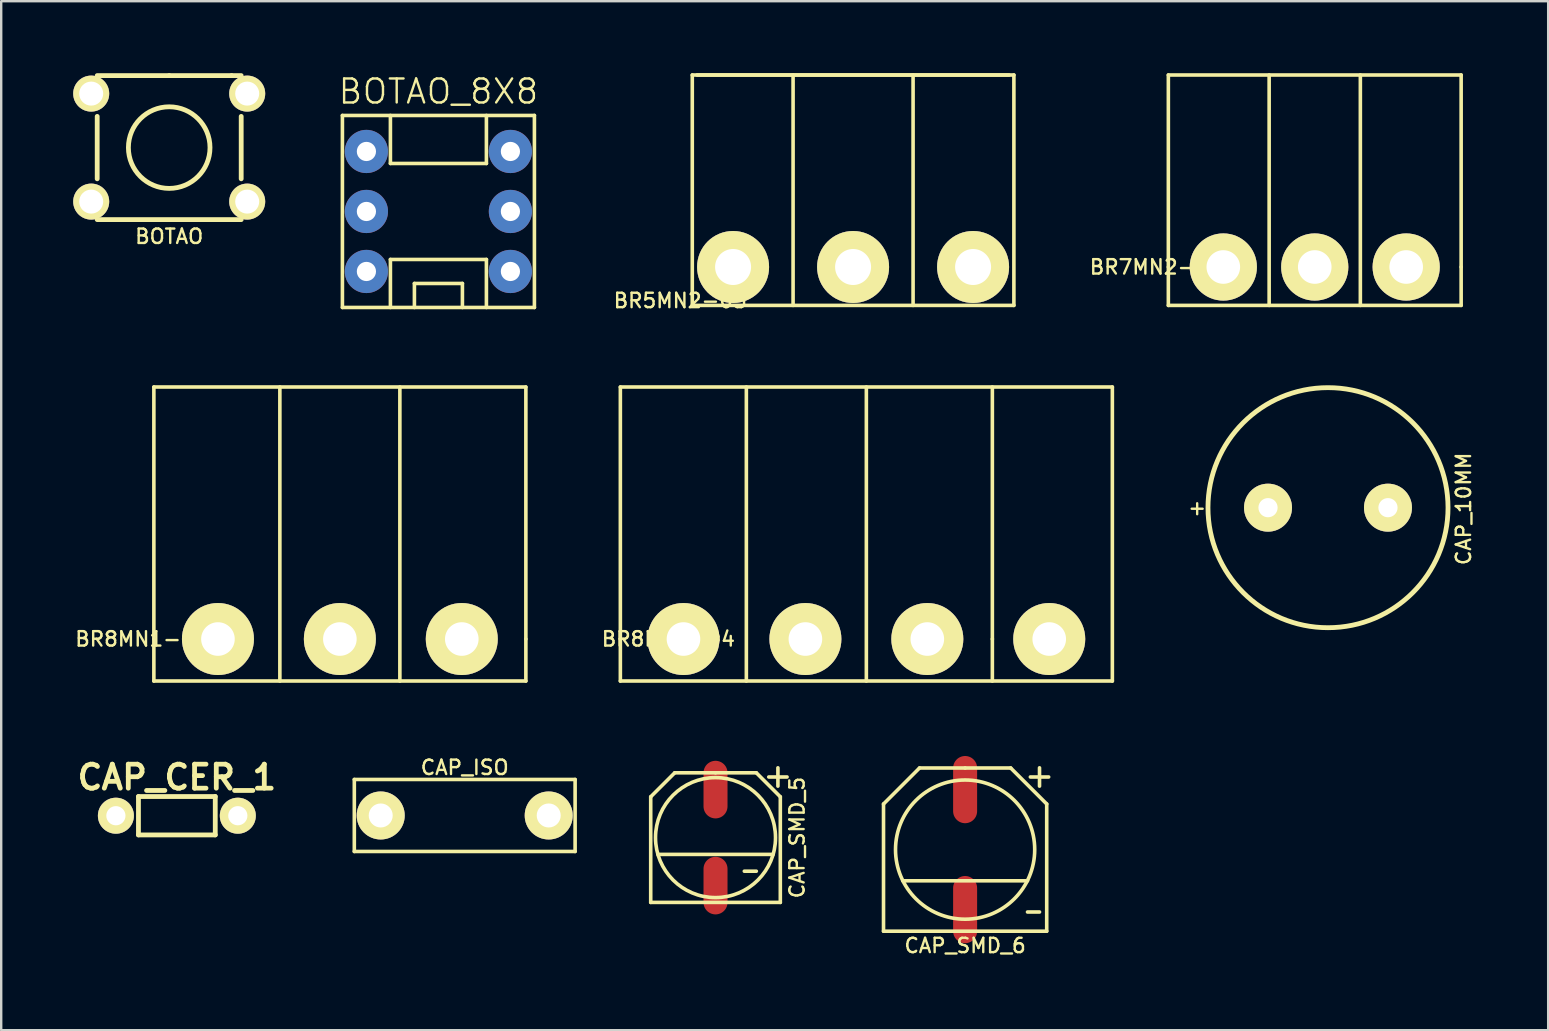
<source format=kicad_pcb>
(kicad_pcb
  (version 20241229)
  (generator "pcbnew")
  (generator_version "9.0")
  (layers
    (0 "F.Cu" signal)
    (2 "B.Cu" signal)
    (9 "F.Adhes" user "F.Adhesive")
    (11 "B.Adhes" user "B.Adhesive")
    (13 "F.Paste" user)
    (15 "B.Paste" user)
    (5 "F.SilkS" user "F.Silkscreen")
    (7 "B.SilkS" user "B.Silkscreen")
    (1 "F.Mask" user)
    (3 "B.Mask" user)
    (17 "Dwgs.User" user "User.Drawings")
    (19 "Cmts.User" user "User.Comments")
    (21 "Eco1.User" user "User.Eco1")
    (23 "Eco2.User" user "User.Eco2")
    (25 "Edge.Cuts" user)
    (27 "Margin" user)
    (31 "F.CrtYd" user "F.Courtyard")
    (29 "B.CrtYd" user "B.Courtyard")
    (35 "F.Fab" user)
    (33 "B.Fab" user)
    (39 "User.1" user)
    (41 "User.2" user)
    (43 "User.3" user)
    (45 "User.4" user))
  (footprint "CAP_CER_1"
    (layer "F.Cu")
    (at 4.319 30.938)
    (property "Reference" "CAP_CER_1" (at 0 -1.6 0) (layer "F.SilkS") (effects (font (size 1 1) (thickness 0.2))))
    (attr through_hole)
    (fp_line (start -1.6 -0.8) (end -1.6 0.8) (stroke (width 0.2) (type solid)) (layer "F.SilkS"))
    (fp_line (start -1.6 0.8) (end 1.6 0.8) (stroke (width 0.2) (type solid)) (layer "F.SilkS"))
    (fp_line (start 1.6 -0.8) (end -1.6 -0.8) (stroke (width 0.2) (type solid)) (layer "F.SilkS"))
    (fp_line (start 1.6 0.8) (end 1.6 -0.8) (stroke (width 0.2) (type solid)) (layer "F.SilkS"))
    (pad "1" thru_hole circle (at -2.54 0) (size 1.5 1.5) (drill 0.8) (layers "*.Cu" "*.Paste" "*.Mask" "F.SilkS"))
    (pad "2" thru_hole circle (at 2.54 0) (size 1.5 1.5) (drill 0.8) (layers "*.Cu" "*.Paste" "*.Mask" "F.SilkS")))
  (footprint "BR5MN2-03"
    (layer "F.Cu")
    (at 32.495 8.075)
    (property "Reference" "BR5MN2-03" (at -7.2 1.4 0) (layer "F.SilkS") (effects (font (size 0.6 0.6) (thickness 0.1))))
    (attr through_hole)
    (fp_line (start -6.7 -8) (end -6.7 1.6) (stroke (width 0.15) (type solid)) (layer "F.SilkS"))
    (fp_line (start -6.7 1.6) (end 6.7 1.6) (stroke (width 0.15) (type solid)) (layer "F.SilkS"))
    (fp_line (start -6.5 -8) (end 6.5 -8) (stroke (width 0.15) (type solid)) (layer "F.SilkS"))
    (fp_line (start -2.5 1.6) (end -2.5 -8) (stroke (width 0.15) (type solid)) (layer "F.SilkS"))
    (fp_line (start 2.5 1.6) (end 2.5 -8) (stroke (width 0.15) (type solid)) (layer "F.SilkS"))
    (fp_line (start 6.7 -8) (end -6.7 -8) (stroke (width 0.15) (type solid)) (layer "F.SilkS"))
    (fp_line (start 6.7 1.6) (end 6.7 -8) (stroke (width 0.15) (type solid)) (layer "F.SilkS"))
    (pad "1" thru_hole circle (at -5 0) (size 3 3) (drill 1.5) (layers "*.Cu" "*.Paste" "*.Mask" "F.SilkS"))
    (pad "2" thru_hole circle (at 0 0) (size 3 3) (drill 1.5) (layers "*.Cu" "*.Paste" "*.Mask" "F.SilkS"))
    (pad "3" thru_hole circle (at 5 0) (size 3 3) (drill 1.5) (layers "*.Cu" "*.Paste" "*.Mask" "F.SilkS")))
  (footprint "BOTAO_8X8"
    (layer "F.Cu")
    (at 15.217 5.761)
    (property "Reference" "BOTAO_8X8" (at 0 -5 180) (layer "F.SilkS") (effects (font (size 1 1) (thickness 0.1))))
    (attr exclude_from_pos_files exclude_from_bom)
    (fp_line (start -4 -4) (end -4 4) (stroke (width 0.15) (type solid)) (layer "F.SilkS"))
    (fp_line (start -4 4) (end 4 4) (stroke (width 0.15) (type solid)) (layer "F.SilkS"))
    (fp_line (start -2 -4) (end -2 -2) (stroke (width 0.15) (type solid)) (layer "F.SilkS"))
    (fp_line (start -2 -2) (end 2 -2) (stroke (width 0.15) (type solid)) (layer "F.SilkS"))
    (fp_line (start -2 2) (end 2 2) (stroke (width 0.15) (type solid)) (layer "F.SilkS"))
    (fp_line (start -2 4) (end -2 2) (stroke (width 0.15) (type solid)) (layer "F.SilkS"))
    (fp_line (start -1 3) (end 1 3) (stroke (width 0.15) (type solid)) (layer "F.SilkS"))
    (fp_line (start -1 4) (end -1 3) (stroke (width 0.15) (type solid)) (layer "F.SilkS"))
    (fp_line (start 1 3) (end 1 4) (stroke (width 0.15) (type solid)) (layer "F.SilkS"))
    (fp_line (start 2 -2) (end 2 -4) (stroke (width 0.15) (type solid)) (layer "F.SilkS"))
    (fp_line (start 2 2) (end 2 4) (stroke (width 0.15) (type solid)) (layer "F.SilkS"))
    (fp_line (start 4 -4) (end -4 -4) (stroke (width 0.15) (type solid)) (layer "F.SilkS"))
    (fp_line (start 4 4) (end 4 -4) (stroke (width 0.15) (type solid)) (layer "F.SilkS"))
    (pad "1" thru_hole circle (at -3 -2.5 90) (size 1.8 1.8) (drill 0.8) (layers "*.Cu" "*.Mask" "B.Paste"))
    (pad "2" thru_hole circle (at -3 0 90) (size 1.8 1.8) (drill 0.8) (layers "*.Cu" "*.Mask" "B.Paste"))
    (pad "3" thru_hole circle (at -3 2.5 90) (size 1.8 1.8) (drill 0.8) (layers "*.Cu" "*.Mask" "B.Paste"))
    (pad "4" thru_hole circle (at 3 -2.5 90) (size 1.8 1.8) (drill 0.8) (layers "*.Cu" "*.Mask" "B.Paste"))
    (pad "5" thru_hole circle (at 3 0 90) (size 1.8 1.8) (drill 0.8) (layers "*.Cu" "*.Mask" "B.Paste"))
    (pad "6" thru_hole circle (at 3 2.5 90) (size 1.8 1.8) (drill 0.8) (layers "*.Cu" "*.Mask" "B.Paste")))
  (footprint "BR8MN1-04"
    (layer "F.Cu")
    (at 33.048 23.576)
    (property "Reference" "BR8MN1-04" (at -8.25 0 0) (layer "F.SilkS") (effects (font (size 0.6 0.6) (thickness 0.1))))
    (attr through_hole)
    (fp_line (start -10.25 0) (end -10.25 -10.5) (stroke (width 0.15) (type solid)) (layer "F.SilkS"))
    (fp_line (start -10.25 1.75) (end -10.25 0) (stroke (width 0.15) (type solid)) (layer "F.SilkS"))
    (fp_line (start -10.25 1.75) (end 10.25 1.75) (stroke (width 0.15) (type solid)) (layer "F.SilkS"))
    (fp_line (start -5 1.75) (end -5 -10.5) (stroke (width 0.15) (type solid)) (layer "F.SilkS"))
    (fp_line (start 0 1.75) (end 0 -10.5) (stroke (width 0.15) (type solid)) (layer "F.SilkS"))
    (fp_line (start 5.25 -10.5) (end 5.25 0) (stroke (width 0.15) (type solid)) (layer "F.SilkS"))
    (fp_line (start 5.25 1.75) (end 5.25 0) (stroke (width 0.15) (type solid)) (layer "F.SilkS"))
    (fp_line (start 10.25 -10.5) (end -10.25 -10.5) (stroke (width 0.15) (type solid)) (layer "F.SilkS"))
    (fp_line (start 10.25 1.75) (end 10.25 -10.5) (stroke (width 0.15) (type solid)) (layer "F.SilkS"))
    (pad "1" thru_hole circle (at -7.62 0) (size 3 3) (drill 1.4) (layers "*.Cu" "*.Paste" "*.Mask" "F.SilkS"))
    (pad "2" thru_hole circle (at -2.54 0) (size 3 3) (drill 1.4) (layers "*.Cu" "*.Paste" "*.Mask" "F.SilkS"))
    (pad "3" thru_hole circle (at 2.54 0) (size 3 3) (drill 1.4) (layers "*.Cu" "*.Paste" "*.Mask" "F.SilkS"))
    (pad "4" thru_hole circle (at 7.62 0) (size 3 3) (drill 1.4) (layers "*.Cu" "*.Paste" "*.Mask" "F.SilkS")))
  (footprint "BR8MN1-03"
    (layer "F.Cu")
    (at 11.111 23.576)
    (property "Reference" "BR8MN1-03" (at -8.25 0 0) (layer "F.SilkS") (effects (font (size 0.6 0.6) (thickness 0.1))))
    (attr through_hole)
    (fp_line (start -7.75 -10.5) (end 7.75 -10.5) (stroke (width 0.15) (type solid)) (layer "F.SilkS"))
    (fp_line (start -7.75 0) (end -7.75 -10.5) (stroke (width 0.15) (type solid)) (layer "F.SilkS"))
    (fp_line (start -7.75 1.75) (end -7.75 0) (stroke (width 0.15) (type solid)) (layer "F.SilkS"))
    (fp_line (start -7.75 1.75) (end 7.75 1.75) (stroke (width 0.15) (type solid)) (layer "F.SilkS"))
    (fp_line (start -2.5 1.75) (end -2.5 -10.5) (stroke (width 0.15) (type solid)) (layer "F.SilkS"))
    (fp_line (start 2.5 1.75) (end 2.5 -10.5) (stroke (width 0.15) (type solid)) (layer "F.SilkS"))
    (fp_line (start 7.75 -10.5) (end 7.75 0) (stroke (width 0.15) (type solid)) (layer "F.SilkS"))
    (fp_line (start 7.75 1.75) (end 7.75 0) (stroke (width 0.15) (type solid)) (layer "F.SilkS"))
    (pad "1" thru_hole circle (at -5.08 0) (size 3 3) (drill 1.4) (layers "*.Cu" "*.Paste" "*.Mask" "F.SilkS"))
    (pad "2" thru_hole circle (at 0 0) (size 3 3) (drill 1.4) (layers "*.Cu" "*.Paste" "*.Mask" "F.SilkS"))
    (pad "3" thru_hole circle (at 5.08 0) (size 3 3) (drill 1.4) (layers "*.Cu" "*.Paste" "*.Mask" "F.SilkS")))
  (footprint "CAP_10MM"
    (layer "F.Cu")
    (at 52.283 18.103)
    (property "Reference" "CAP_10MM" (at 5.649 0.048 90) (layer "F.SilkS") (effects (font (size 0.599 0.599) (thickness 0.099))))
    (attr through_hole)
    (fp_circle (center 0 0) (end 5.001 0) (stroke (width 0.201) (type solid)) (fill no) (layer "F.SilkS"))
    (fp_text user "+" (at -5.451 0 0) (layer "F.SilkS") (effects (font (size 0.599 0.599) (thickness 0.099))))
    (pad "1" thru_hole circle (at -2.499 0) (size 1.999 1.999) (drill 0.8) (layers "*.Cu" "*.Paste" "*.Mask" "F.SilkS"))
    (pad "2" thru_hole circle (at 2.499 0) (size 1.999 1.999) (drill 0.8) (layers "*.Cu" "*.Paste" "*.Mask" "F.SilkS")))
  (footprint "CAP_SMD_5"
    (layer "F.Cu")
    (at 26.763 31.85)
    (property "Reference" "CAP_SMD_5" (at 3.4 0 90) (layer "F.SilkS") (effects (font (size 0.599 0.599) (thickness 0.099))))
    (attr smd)
    (fp_line (start -2.7 -1.7) (end -2.7 2.7) (stroke (width 0.15) (type solid)) (layer "F.SilkS"))
    (fp_line (start -2.7 -1.7) (end -1.7 -2.7) (stroke (width 0.15) (type solid)) (layer "F.SilkS"))
    (fp_line (start -2.7 2.7) (end 2.7 2.7) (stroke (width 0.15) (type solid)) (layer "F.SilkS"))
    (fp_line (start -2.4 0.7) (end 2.4 0.7) (stroke (width 0.15) (type solid)) (layer "F.SilkS"))
    (fp_line (start -1.7 -2.7) (end 0 -2.7) (stroke (width 0.15) (type solid)) (layer "F.SilkS"))
    (fp_line (start 1.2 1.4) (end 1.7 1.4) (stroke (width 0.15) (type solid)) (layer "F.SilkS"))
    (fp_line (start 1.7 -2.7) (end 0 -2.7) (stroke (width 0.15) (type solid)) (layer "F.SilkS"))
    (fp_line (start 1.7 -2.7) (end 2.7 -1.7) (stroke (width 0.15) (type solid)) (layer "F.SilkS"))
    (fp_line (start 2.7 -1.7) (end 2.7 2.7) (stroke (width 0.15) (type solid)) (layer "F.SilkS"))
    (fp_circle (center 0 0) (end 2.5 0) (stroke (width 0.15) (type solid)) (fill no) (layer "F.SilkS"))
    (fp_text user "+" (at 2.6 -2.6 0) (layer "F.SilkS") (effects (font (size 1 1) (thickness 0.15))))
    (pad "1" smd oval (at 0 -2) (size 1 2.4) (layers "F.Cu" "F.Mask" "F.Paste"))
    (pad "2" smd oval (at 0 2) (size 1 2.4) (layers "F.Cu" "F.Mask" "F.Paste")))
  (footprint "CAP_SMD_6"
    (layer "F.Cu")
    (at 37.163 32.35)
    (property "Reference" "CAP_SMD_6" (at 0 4 0) (layer "F.SilkS") (effects (font (size 0.599 0.599) (thickness 0.099))))
    (attr smd)
    (fp_line (start -3.4 -1.9) (end -3.4 3.4) (stroke (width 0.15) (type solid)) (layer "F.SilkS"))
    (fp_line (start -3.4 -1.9) (end -1.9 -3.4) (stroke (width 0.15) (type solid)) (layer "F.SilkS"))
    (fp_line (start -3.4 3.4) (end 3.4 3.4) (stroke (width 0.15) (type solid)) (layer "F.SilkS"))
    (fp_line (start -2.6 1.3) (end 2.6 1.3) (stroke (width 0.15) (type solid)) (layer "F.SilkS"))
    (fp_line (start 0 -3.4) (end -1.9 -3.4) (stroke (width 0.15) (type solid)) (layer "F.SilkS"))
    (fp_line (start 1.9 -3.4) (end 0 -3.4) (stroke (width 0.15) (type solid)) (layer "F.SilkS"))
    (fp_line (start 2.6 2.6) (end 3.1 2.6) (stroke (width 0.15) (type solid)) (layer "F.SilkS"))
    (fp_line (start 3.4 -1.9) (end 1.9 -3.4) (stroke (width 0.15) (type solid)) (layer "F.SilkS"))
    (fp_line (start 3.4 -1.9) (end 3.4 3.4) (stroke (width 0.15) (type solid)) (layer "F.SilkS"))
    (fp_circle (center 0 0) (end -2.9 0) (stroke (width 0.15) (type solid)) (fill no) (layer "F.SilkS"))
    (fp_text user "+" (at 3.1 -3.1 0) (layer "F.SilkS") (effects (font (size 1 1) (thickness 0.15))))
    (pad "1" smd oval (at 0 -2.5) (size 1 2.8) (layers "F.Cu" "F.Mask" "F.Paste"))
    (pad "2" smd oval (at 0 2.5) (size 1 2.8) (layers "F.Cu" "F.Mask" "F.Paste")))
  (footprint "BOTAO"
    (layer "F.Cu")
    (at 4 3.1)
    (property "Reference" "BOTAO" (at 0 3.7 0) (layer "F.SilkS") (effects (font (size 0.6 0.6) (thickness 0.1))))
    (attr through_hole)
    (fp_line (start -3 -1.3) (end -3 1.3) (stroke (width 0.2) (type solid)) (layer "F.SilkS"))
    (fp_line (start -3 3) (end 3 3) (stroke (width 0.2) (type solid)) (layer "F.SilkS"))
    (fp_line (start 0 -3) (end -3 -3) (stroke (width 0.2) (type solid)) (layer "F.SilkS"))
    (fp_line (start 0 -3) (end 2.6 -3) (stroke (width 0.2) (type solid)) (layer "F.SilkS"))
    (fp_line (start 2.6 -3) (end 3 -3) (stroke (width 0.2) (type solid)) (layer "F.SilkS"))
    (fp_line (start 3 1.3) (end 3 -1.3) (stroke (width 0.2) (type solid)) (layer "F.SilkS"))
    (fp_circle (center 0 0) (end -1.7 0) (stroke (width 0.2) (type solid)) (fill no) (layer "F.SilkS"))
    (pad "1" thru_hole circle (at -3.25 -2.25) (size 1.5 1.5) (drill 1) (layers "*.Cu" "*.Paste" "*.Mask" "F.SilkS"))
    (pad "1" thru_hole circle (at 3.25 -2.25) (size 1.5 1.5) (drill 1) (layers "*.Cu" "*.Paste" "*.Mask" "F.SilkS"))
    (pad "2" thru_hole circle (at -3.25 2.25) (size 1.5 1.5) (drill 1) (layers "*.Cu" "*.Paste" "*.Mask" "F.SilkS"))
    (pad "2" thru_hole circle (at 3.25 2.25) (size 1.5 1.5) (drill 1) (layers "*.Cu" "*.Paste" "*.Mask" "F.SilkS")))
  (footprint "CAP_ISO"
    (layer "F.Cu")
    (at 16.313 30.928)
    (property "Reference" "CAP_ISO" (at 0 -2 0) (layer "F.SilkS") (effects (font (size 0.6 0.6) (thickness 0.1))))
    (attr through_hole)
    (fp_line (start -4.6 -1.5) (end -4.6 1.5) (stroke (width 0.15) (type solid)) (layer "F.SilkS"))
    (fp_line (start -4.6 1.5) (end 4.6 1.5) (stroke (width 0.15) (type solid)) (layer "F.SilkS"))
    (fp_line (start 4.6 -1.5) (end -4.6 -1.5) (stroke (width 0.15) (type solid)) (layer "F.SilkS"))
    (fp_line (start 4.6 1.5) (end 4.6 -1.5) (stroke (width 0.15) (type solid)) (layer "F.SilkS"))
    (pad "1" thru_hole circle (at -3.5 0) (size 2 2) (drill 1) (layers "*.Cu" "*.Paste" "*.Mask" "F.SilkS"))
    (pad "2" thru_hole circle (at 3.5 0) (size 2 2) (drill 1) (layers "*.Cu" "*.Paste" "*.Mask" "F.SilkS")))
  (footprint "BR7MN2-03"
    (layer "F.Cu")
    (at 51.731 8.075)
    (property "Reference" "BR7MN2-03" (at -6.6 0 0) (layer "F.SilkS") (effects (font (size 0.6 0.6) (thickness 0.1))))
    (attr through_hole)
    (fp_line (start -6.1 0) (end -6.1 -8) (stroke (width 0.15) (type solid)) (layer "F.SilkS"))
    (fp_line (start -6.1 0) (end -6.1 1.6) (stroke (width 0.15) (type solid)) (layer "F.SilkS"))
    (fp_line (start -6.1 1.6) (end 6.1 1.6) (stroke (width 0.15) (type solid)) (layer "F.SilkS"))
    (fp_line (start -1.9 1.6) (end -1.9 -8) (stroke (width 0.15) (type solid)) (layer "F.SilkS"))
    (fp_line (start 1.9 1.6) (end 1.9 -8) (stroke (width 0.15) (type solid)) (layer "F.SilkS"))
    (fp_line (start 6.1 -8) (end -6.1 -8) (stroke (width 0.15) (type solid)) (layer "F.SilkS"))
    (fp_line (start 6.1 0) (end 6.1 -8) (stroke (width 0.15) (type solid)) (layer "F.SilkS"))
    (fp_line (start 6.1 1.6) (end 6.1 0) (stroke (width 0.15) (type solid)) (layer "F.SilkS"))
    (pad "1" thru_hole circle (at -3.81 0) (size 2.8 2.8) (drill 1.4) (layers "*.Cu" "*.Paste" "*.Mask" "F.SilkS"))
    (pad "2" thru_hole circle (at 0 0) (size 2.8 2.8) (drill 1.4) (layers "*.Cu" "*.Paste" "*.Mask" "F.SilkS"))
    (pad "3" thru_hole circle (at 3.81 0) (size 2.8 2.8) (drill 1.4) (layers "*.Cu" "*.Paste" "*.Mask" "F.SilkS")))
  (gr_rect
    (start -3 -3)
    (end 61.457 39.874)
    (stroke (width 0.1) (type default))
    (fill no)
    (layer "Edge.Cuts")))
</source>
